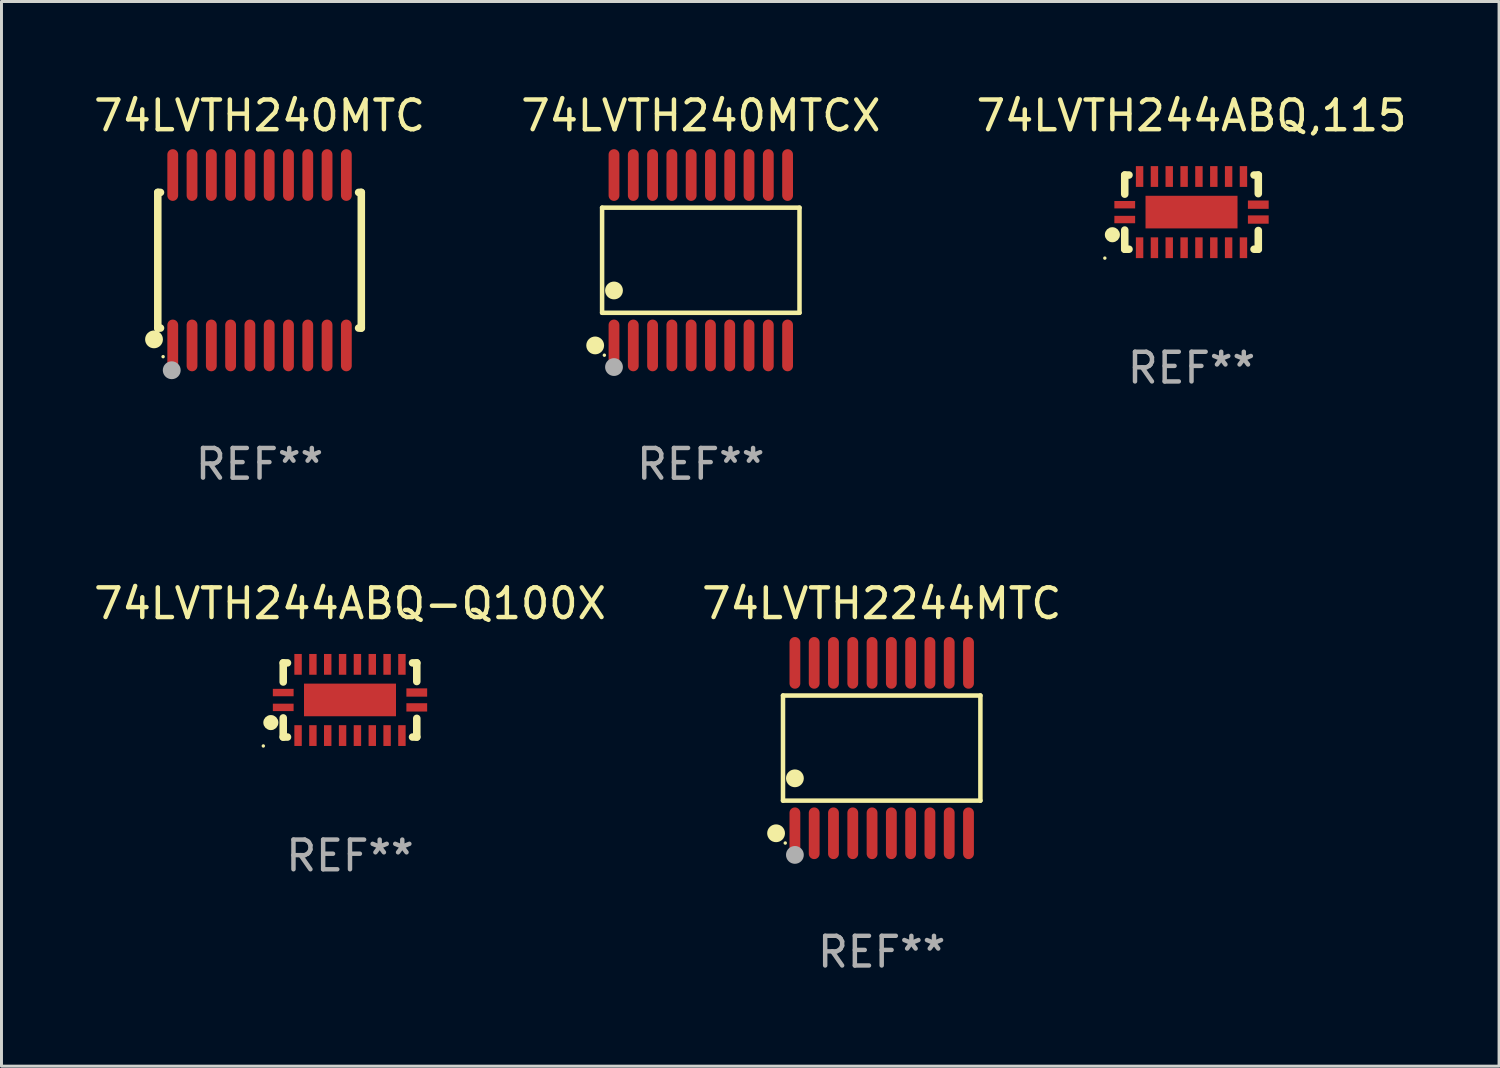
<source format=kicad_pcb>
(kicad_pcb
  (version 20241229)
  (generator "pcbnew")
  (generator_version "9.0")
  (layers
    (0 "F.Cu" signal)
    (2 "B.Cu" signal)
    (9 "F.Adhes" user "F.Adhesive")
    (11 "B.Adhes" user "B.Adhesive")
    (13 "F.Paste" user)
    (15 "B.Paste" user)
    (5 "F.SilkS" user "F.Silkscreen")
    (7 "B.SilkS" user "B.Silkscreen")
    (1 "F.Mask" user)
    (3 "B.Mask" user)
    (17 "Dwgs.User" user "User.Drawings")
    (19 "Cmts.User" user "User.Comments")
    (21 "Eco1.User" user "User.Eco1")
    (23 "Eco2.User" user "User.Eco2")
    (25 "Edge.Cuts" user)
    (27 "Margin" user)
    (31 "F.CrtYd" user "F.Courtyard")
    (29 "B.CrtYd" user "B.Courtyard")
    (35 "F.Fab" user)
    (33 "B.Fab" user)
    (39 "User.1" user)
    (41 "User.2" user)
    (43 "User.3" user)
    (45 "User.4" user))
  (footprint "74LVTH244ABQ-Q100X"
    (layer "F.Cu")
    (at 8.744 20.537)
    (property "Reference" "74LVTH244ABQ-Q100X" (at 0 -3.25 0) (layer "F.SilkS") (effects (font (size 1 1) (thickness 0.15))))
    (attr through_hole)
    (fp_line (start -2.25 0.605) (end -2.25 1.25) (stroke (width 0.254) (type solid)) (layer "F.SilkS"))
    (fp_line (start -2.25 1.25) (end -2.107 1.25) (stroke (width 0.254) (type solid)) (layer "F.SilkS"))
    (fp_line (start -2.25 -1.25) (end -2.25 -0.606) (stroke (width 0.254) (type solid)) (layer "F.SilkS"))
    (fp_line (start -2.25 -1.25) (end -2.107 -1.25) (stroke (width 0.254) (type solid)) (layer "F.SilkS"))
    (fp_line (start 2.107 -1.25) (end 2.25 -1.25) (stroke (width 0.254) (type solid)) (layer "F.SilkS"))
    (fp_line (start 2.107 1.25) (end 2.25 1.25) (stroke (width 0.254) (type solid)) (layer "F.SilkS"))
    (fp_line (start 2.25 -1.25) (end 2.25 -0.622) (stroke (width 0.254) (type solid)) (layer "F.SilkS"))
    (fp_line (start 2.25 0.62) (end 2.25 1.25) (stroke (width 0.254) (type solid)) (layer "F.SilkS"))
    (fp_circle (center -2.921 1.55) (end -2.891 1.55) (stroke (width 0.06) (type solid)) (fill no) (layer "F.SilkS"))
    (fp_circle (center -2.667 0.762) (end -2.54 0.762) (stroke (width 0.254) (type solid)) (fill no) (layer "F.SilkS"))
    (fp_text user "REF**" (at 0 5.25 0) (layer "F.Fab") (effects (font (size 1 1) (thickness 0.15))))
    (pad "1" smd rect (at -2.25 0.25 180) (size 0.7 0.25) (layers "F.Cu" "F.Mask" "F.Paste"))
    (pad "2" smd rect (at -1.75 1.2 90) (size 0.7 0.25) (layers "F.Cu" "F.Mask" "F.Paste"))
    (pad "3" smd rect (at -1.25 1.2 90) (size 0.7 0.25) (layers "F.Cu" "F.Mask" "F.Paste"))
    (pad "4" smd rect (at -0.751 1.2 90) (size 0.7 0.25) (layers "F.Cu" "F.Mask" "F.Paste"))
    (pad "5" smd rect (at -0.25 1.2 90) (size 0.7 0.25) (layers "F.Cu" "F.Mask" "F.Paste"))
    (pad "6" smd rect (at 0.25 1.2 90) (size 0.7 0.25) (layers "F.Cu" "F.Mask" "F.Paste"))
    (pad "7" smd rect (at 0.751 1.2 90) (size 0.7 0.25) (layers "F.Cu" "F.Mask" "F.Paste"))
    (pad "8" smd rect (at 1.25 1.2 90) (size 0.7 0.25) (layers "F.Cu" "F.Mask" "F.Paste"))
    (pad "9" smd rect (at 1.75 1.2 90) (size 0.7 0.25) (layers "F.Cu" "F.Mask" "F.Paste"))
    (pad "10" smd rect (at 2.25 0.25 180) (size 0.7 0.28) (layers "F.Cu" "F.Mask" "F.Paste"))
    (pad "11" smd rect (at 2.25 -0.251 180) (size 0.7 0.28) (layers "F.Cu" "F.Mask" "F.Paste"))
    (pad "12" smd rect (at 1.75 -1.2 90) (size 0.7 0.25) (layers "F.Cu" "F.Mask" "F.Paste"))
    (pad "13" smd rect (at 1.25 -1.2 90) (size 0.7 0.25) (layers "F.Cu" "F.Mask" "F.Paste"))
    (pad "14" smd rect (at 0.751 -1.2 90) (size 0.7 0.25) (layers "F.Cu" "F.Mask" "F.Paste"))
    (pad "15" smd rect (at 0.25 -1.2 90) (size 0.7 0.25) (layers "F.Cu" "F.Mask" "F.Paste"))
    (pad "16" smd rect (at -0.25 -1.2 90) (size 0.7 0.25) (layers "F.Cu" "F.Mask" "F.Paste"))
    (pad "17" smd rect (at -0.751 -1.2 90) (size 0.7 0.25) (layers "F.Cu" "F.Mask" "F.Paste"))
    (pad "18" smd rect (at -1.25 -1.2 90) (size 0.7 0.25) (layers "F.Cu" "F.Mask" "F.Paste"))
    (pad "19" smd rect (at -1.75 -1.2 90) (size 0.7 0.25) (layers "F.Cu" "F.Mask" "F.Paste"))
    (pad "20" smd rect (at -2.25 -0.25 180) (size 0.7 0.25) (layers "F.Cu" "F.Mask" "F.Paste"))
    (pad "21" smd rect (at 0 -0.001 180) (size 3.1 1.1) (layers "F.Cu" "F.Mask" "F.Paste")))
  (footprint "74LVTH2244MTC"
    (layer "F.Cu")
    (at 26.661 22.158)
    (property "Reference" "74LVTH2244MTC" (at 0 -4.871 0) (layer "F.SilkS") (effects (font (size 1 1) (thickness 0.15))))
    (attr through_hole)
    (fp_line (start -3.326 -1.771) (end 3.326 -1.771) (stroke (width 0.152) (type solid)) (layer "F.SilkS"))
    (fp_line (start -3.326 1.771) (end -3.326 -1.771) (stroke (width 0.152) (type solid)) (layer "F.SilkS"))
    (fp_line (start 3.326 -1.771) (end 3.326 1.771) (stroke (width 0.152) (type solid)) (layer "F.SilkS"))
    (fp_line (start 3.326 1.771) (end -3.326 1.771) (stroke (width 0.152) (type solid)) (layer "F.SilkS"))
    (fp_circle (center -3.559 2.871) (end -3.409 2.871) (stroke (width 0.3) (type solid)) (fill no) (layer "F.SilkS"))
    (fp_circle (center -3.25 3.2) (end -3.22 3.2) (stroke (width 0.06) (type solid)) (fill no) (layer "F.SilkS"))
    (fp_circle (center -2.925 1.019) (end -2.775 1.019) (stroke (width 0.3) (type solid)) (fill no) (layer "F.SilkS"))
    (fp_circle (center -2.925 3.6) (end -2.775 3.6) (stroke (width 0.3) (type solid)) (fill no) (layer "F.Fab"))
    (fp_text user "REF**" (at 0 6.871 0) (layer "F.Fab") (effects (font (size 1 1) (thickness 0.15))))
    (pad "1" smd oval (at -2.925 2.871) (size 0.364 1.742) (layers "F.Cu" "F.Mask" "F.Paste"))
    (pad "2" smd oval (at -2.275 2.871) (size 0.364 1.742) (layers "F.Cu" "F.Mask" "F.Paste"))
    (pad "3" smd oval (at -1.625 2.871) (size 0.364 1.742) (layers "F.Cu" "F.Mask" "F.Paste"))
    (pad "4" smd oval (at -0.975 2.871) (size 0.364 1.742) (layers "F.Cu" "F.Mask" "F.Paste"))
    (pad "5" smd oval (at -0.325 2.871) (size 0.364 1.742) (layers "F.Cu" "F.Mask" "F.Paste"))
    (pad "6" smd oval (at 0.325 2.871) (size 0.364 1.742) (layers "F.Cu" "F.Mask" "F.Paste"))
    (pad "7" smd oval (at 0.975 2.871) (size 0.364 1.742) (layers "F.Cu" "F.Mask" "F.Paste"))
    (pad "8" smd oval (at 1.625 2.871) (size 0.364 1.742) (layers "F.Cu" "F.Mask" "F.Paste"))
    (pad "9" smd oval (at 2.275 2.871) (size 0.364 1.742) (layers "F.Cu" "F.Mask" "F.Paste"))
    (pad "10" smd oval (at 2.925 2.871) (size 0.364 1.742) (layers "F.Cu" "F.Mask" "F.Paste"))
    (pad "11" smd oval (at 2.925 -2.871) (size 0.364 1.742) (layers "F.Cu" "F.Mask" "F.Paste"))
    (pad "12" smd oval (at 2.275 -2.871) (size 0.364 1.742) (layers "F.Cu" "F.Mask" "F.Paste"))
    (pad "13" smd oval (at 1.625 -2.871) (size 0.364 1.742) (layers "F.Cu" "F.Mask" "F.Paste"))
    (pad "14" smd oval (at 0.975 -2.871) (size 0.364 1.742) (layers "F.Cu" "F.Mask" "F.Paste"))
    (pad "15" smd oval (at 0.325 -2.871) (size 0.364 1.742) (layers "F.Cu" "F.Mask" "F.Paste"))
    (pad "16" smd oval (at -0.325 -2.871) (size 0.364 1.742) (layers "F.Cu" "F.Mask" "F.Paste"))
    (pad "17" smd oval (at -0.975 -2.871) (size 0.364 1.742) (layers "F.Cu" "F.Mask" "F.Paste"))
    (pad "18" smd oval (at -1.625 -2.871) (size 0.364 1.742) (layers "F.Cu" "F.Mask" "F.Paste"))
    (pad "19" smd oval (at -2.275 -2.871) (size 0.364 1.742) (layers "F.Cu" "F.Mask" "F.Paste"))
    (pad "20" smd oval (at -2.925 -2.871) (size 0.364 1.742) (layers "F.Cu" "F.Mask" "F.Paste")))
  (footprint "74LVTH240MTCX"
    (layer "F.Cu")
    (at 20.565 5.719)
    (property "Reference" "74LVTH240MTCX" (at 0 -4.871 0) (layer "F.SilkS") (effects (font (size 1 1) (thickness 0.15))))
    (attr through_hole)
    (fp_line (start -3.326 -1.771) (end 3.326 -1.771) (stroke (width 0.152) (type solid)) (layer "F.SilkS"))
    (fp_line (start -3.326 1.771) (end -3.326 -1.771) (stroke (width 0.152) (type solid)) (layer "F.SilkS"))
    (fp_line (start 3.326 -1.771) (end 3.326 1.771) (stroke (width 0.152) (type solid)) (layer "F.SilkS"))
    (fp_line (start 3.326 1.771) (end -3.326 1.771) (stroke (width 0.152) (type solid)) (layer "F.SilkS"))
    (fp_circle (center -3.559 2.871) (end -3.409 2.871) (stroke (width 0.3) (type solid)) (fill no) (layer "F.SilkS"))
    (fp_circle (center -3.25 3.2) (end -3.22 3.2) (stroke (width 0.06) (type solid)) (fill no) (layer "F.SilkS"))
    (fp_circle (center -2.925 1.019) (end -2.775 1.019) (stroke (width 0.3) (type solid)) (fill no) (layer "F.SilkS"))
    (fp_circle (center -2.925 3.6) (end -2.775 3.6) (stroke (width 0.3) (type solid)) (fill no) (layer "F.Fab"))
    (fp_text user "REF**" (at 0 6.871 0) (layer "F.Fab") (effects (font (size 1 1) (thickness 0.15))))
    (pad "1" smd oval (at -2.925 2.871) (size 0.364 1.742) (layers "F.Cu" "F.Mask" "F.Paste"))
    (pad "2" smd oval (at -2.275 2.871) (size 0.364 1.742) (layers "F.Cu" "F.Mask" "F.Paste"))
    (pad "3" smd oval (at -1.625 2.871) (size 0.364 1.742) (layers "F.Cu" "F.Mask" "F.Paste"))
    (pad "4" smd oval (at -0.975 2.871) (size 0.364 1.742) (layers "F.Cu" "F.Mask" "F.Paste"))
    (pad "5" smd oval (at -0.325 2.871) (size 0.364 1.742) (layers "F.Cu" "F.Mask" "F.Paste"))
    (pad "6" smd oval (at 0.325 2.871) (size 0.364 1.742) (layers "F.Cu" "F.Mask" "F.Paste"))
    (pad "7" smd oval (at 0.975 2.871) (size 0.364 1.742) (layers "F.Cu" "F.Mask" "F.Paste"))
    (pad "8" smd oval (at 1.625 2.871) (size 0.364 1.742) (layers "F.Cu" "F.Mask" "F.Paste"))
    (pad "9" smd oval (at 2.275 2.871) (size 0.364 1.742) (layers "F.Cu" "F.Mask" "F.Paste"))
    (pad "10" smd oval (at 2.925 2.871) (size 0.364 1.742) (layers "F.Cu" "F.Mask" "F.Paste"))
    (pad "11" smd oval (at 2.925 -2.871) (size 0.364 1.742) (layers "F.Cu" "F.Mask" "F.Paste"))
    (pad "12" smd oval (at 2.275 -2.871) (size 0.364 1.742) (layers "F.Cu" "F.Mask" "F.Paste"))
    (pad "13" smd oval (at 1.625 -2.871) (size 0.364 1.742) (layers "F.Cu" "F.Mask" "F.Paste"))
    (pad "14" smd oval (at 0.975 -2.871) (size 0.364 1.742) (layers "F.Cu" "F.Mask" "F.Paste"))
    (pad "15" smd oval (at 0.325 -2.871) (size 0.364 1.742) (layers "F.Cu" "F.Mask" "F.Paste"))
    (pad "16" smd oval (at -0.325 -2.871) (size 0.364 1.742) (layers "F.Cu" "F.Mask" "F.Paste"))
    (pad "17" smd oval (at -0.975 -2.871) (size 0.364 1.742) (layers "F.Cu" "F.Mask" "F.Paste"))
    (pad "18" smd oval (at -1.625 -2.871) (size 0.364 1.742) (layers "F.Cu" "F.Mask" "F.Paste"))
    (pad "19" smd oval (at -2.275 -2.871) (size 0.364 1.742) (layers "F.Cu" "F.Mask" "F.Paste"))
    (pad "20" smd oval (at -2.925 -2.871) (size 0.364 1.742) (layers "F.Cu" "F.Mask" "F.Paste")))
  (footprint "74LVTH244ABQ,115"
    (layer "F.Cu")
    (at 37.101 4.098)
    (property "Reference" "74LVTH244ABQ,115" (at 0 -3.25 0) (layer "F.SilkS") (effects (font (size 1 1) (thickness 0.15))))
    (attr through_hole)
    (fp_line (start -2.25 0.605) (end -2.25 1.25) (stroke (width 0.254) (type solid)) (layer "F.SilkS"))
    (fp_line (start -2.25 1.25) (end -2.107 1.25) (stroke (width 0.254) (type solid)) (layer "F.SilkS"))
    (fp_line (start -2.25 -1.25) (end -2.25 -0.606) (stroke (width 0.254) (type solid)) (layer "F.SilkS"))
    (fp_line (start -2.25 -1.25) (end -2.107 -1.25) (stroke (width 0.254) (type solid)) (layer "F.SilkS"))
    (fp_line (start 2.107 -1.25) (end 2.25 -1.25) (stroke (width 0.254) (type solid)) (layer "F.SilkS"))
    (fp_line (start 2.107 1.25) (end 2.25 1.25) (stroke (width 0.254) (type solid)) (layer "F.SilkS"))
    (fp_line (start 2.25 -1.25) (end 2.25 -0.622) (stroke (width 0.254) (type solid)) (layer "F.SilkS"))
    (fp_line (start 2.25 0.62) (end 2.25 1.25) (stroke (width 0.254) (type solid)) (layer "F.SilkS"))
    (fp_circle (center -2.921 1.55) (end -2.891 1.55) (stroke (width 0.06) (type solid)) (fill no) (layer "F.SilkS"))
    (fp_circle (center -2.667 0.762) (end -2.54 0.762) (stroke (width 0.254) (type solid)) (fill no) (layer "F.SilkS"))
    (fp_text user "REF**" (at 0 5.25 0) (layer "F.Fab") (effects (font (size 1 1) (thickness 0.15))))
    (pad "1" smd rect (at -2.25 0.25 180) (size 0.7 0.25) (layers "F.Cu" "F.Mask" "F.Paste"))
    (pad "2" smd rect (at -1.75 1.2 90) (size 0.7 0.25) (layers "F.Cu" "F.Mask" "F.Paste"))
    (pad "3" smd rect (at -1.25 1.2 90) (size 0.7 0.25) (layers "F.Cu" "F.Mask" "F.Paste"))
    (pad "4" smd rect (at -0.751 1.2 90) (size 0.7 0.25) (layers "F.Cu" "F.Mask" "F.Paste"))
    (pad "5" smd rect (at -0.25 1.2 90) (size 0.7 0.25) (layers "F.Cu" "F.Mask" "F.Paste"))
    (pad "6" smd rect (at 0.25 1.2 90) (size 0.7 0.25) (layers "F.Cu" "F.Mask" "F.Paste"))
    (pad "7" smd rect (at 0.751 1.2 90) (size 0.7 0.25) (layers "F.Cu" "F.Mask" "F.Paste"))
    (pad "8" smd rect (at 1.25 1.2 90) (size 0.7 0.25) (layers "F.Cu" "F.Mask" "F.Paste"))
    (pad "9" smd rect (at 1.75 1.2 90) (size 0.7 0.25) (layers "F.Cu" "F.Mask" "F.Paste"))
    (pad "10" smd rect (at 2.25 0.25 180) (size 0.7 0.28) (layers "F.Cu" "F.Mask" "F.Paste"))
    (pad "11" smd rect (at 2.25 -0.251 180) (size 0.7 0.28) (layers "F.Cu" "F.Mask" "F.Paste"))
    (pad "12" smd rect (at 1.75 -1.2 90) (size 0.7 0.25) (layers "F.Cu" "F.Mask" "F.Paste"))
    (pad "13" smd rect (at 1.25 -1.2 90) (size 0.7 0.25) (layers "F.Cu" "F.Mask" "F.Paste"))
    (pad "14" smd rect (at 0.751 -1.2 90) (size 0.7 0.25) (layers "F.Cu" "F.Mask" "F.Paste"))
    (pad "15" smd rect (at 0.25 -1.2 90) (size 0.7 0.25) (layers "F.Cu" "F.Mask" "F.Paste"))
    (pad "16" smd rect (at -0.25 -1.2 90) (size 0.7 0.25) (layers "F.Cu" "F.Mask" "F.Paste"))
    (pad "17" smd rect (at -0.751 -1.2 90) (size 0.7 0.25) (layers "F.Cu" "F.Mask" "F.Paste"))
    (pad "18" smd rect (at -1.25 -1.2 90) (size 0.7 0.25) (layers "F.Cu" "F.Mask" "F.Paste"))
    (pad "19" smd rect (at -1.75 -1.2 90) (size 0.7 0.25) (layers "F.Cu" "F.Mask" "F.Paste"))
    (pad "20" smd rect (at -2.25 -0.25 180) (size 0.7 0.25) (layers "F.Cu" "F.Mask" "F.Paste"))
    (pad "21" smd rect (at 0 -0.001 180) (size 3.1 1.1) (layers "F.Cu" "F.Mask" "F.Paste")))
  (footprint "74LVTH240MTC"
    (layer "F.Cu")
    (at 5.696 5.719)
    (property "Reference" "74LVTH240MTC" (at 0 -4.871 0) (layer "F.SilkS") (effects (font (size 1 1) (thickness 0.15))))
    (attr through_hole)
    (fp_line (start -3.429 -2.286) (end -3.429 2.286) (stroke (width 0.254) (type solid)) (layer "F.SilkS"))
    (fp_line (start -3.429 2.286) (end -3.338 2.286) (stroke (width 0.254) (type solid)) (layer "F.SilkS"))
    (fp_line (start -3.338 -2.286) (end -3.429 -2.286) (stroke (width 0.254) (type solid)) (layer "F.SilkS"))
    (fp_line (start 3.338 -2.286) (end 3.429 -2.286) (stroke (width 0.254) (type solid)) (layer "F.SilkS"))
    (fp_line (start 3.429 -2.286) (end 3.429 2.286) (stroke (width 0.254) (type solid)) (layer "F.SilkS"))
    (fp_line (start 3.429 2.286) (end 3.338 2.286) (stroke (width 0.254) (type solid)) (layer "F.SilkS"))
    (fp_circle (center -3.556 2.667) (end -3.406 2.667) (stroke (width 0.3) (type solid)) (fill no) (layer "F.SilkS"))
    (fp_circle (center -3.25 3.25) (end -3.22 3.25) (stroke (width 0.06) (type solid)) (fill no) (layer "F.SilkS"))
    (fp_circle (center -2.959 3.707) (end -2.808 3.707) (stroke (width 0.3) (type solid)) (fill no) (layer "F.Fab"))
    (fp_text user "REF**" (at 0 6.871 0) (layer "F.Fab") (effects (font (size 1 1) (thickness 0.15))))
    (pad "1" smd oval (at -2.925 2.871) (size 0.364 1.742) (layers "F.Cu" "F.Mask" "F.Paste"))
    (pad "2" smd oval (at -2.275 2.871) (size 0.364 1.742) (layers "F.Cu" "F.Mask" "F.Paste"))
    (pad "3" smd oval (at -1.625 2.871) (size 0.364 1.742) (layers "F.Cu" "F.Mask" "F.Paste"))
    (pad "4" smd oval (at -0.975 2.871) (size 0.364 1.742) (layers "F.Cu" "F.Mask" "F.Paste"))
    (pad "5" smd oval (at -0.325 2.871) (size 0.364 1.742) (layers "F.Cu" "F.Mask" "F.Paste"))
    (pad "6" smd oval (at 0.325 2.871) (size 0.364 1.742) (layers "F.Cu" "F.Mask" "F.Paste"))
    (pad "7" smd oval (at 0.975 2.871) (size 0.364 1.742) (layers "F.Cu" "F.Mask" "F.Paste"))
    (pad "8" smd oval (at 1.625 2.871) (size 0.364 1.742) (layers "F.Cu" "F.Mask" "F.Paste"))
    (pad "9" smd oval (at 2.275 2.871) (size 0.364 1.742) (layers "F.Cu" "F.Mask" "F.Paste"))
    (pad "10" smd oval (at 2.925 2.871) (size 0.364 1.742) (layers "F.Cu" "F.Mask" "F.Paste"))
    (pad "11" smd oval (at 2.925 -2.871) (size 0.364 1.742) (layers "F.Cu" "F.Mask" "F.Paste"))
    (pad "12" smd oval (at 2.275 -2.871) (size 0.364 1.742) (layers "F.Cu" "F.Mask" "F.Paste"))
    (pad "13" smd oval (at 1.625 -2.871) (size 0.364 1.742) (layers "F.Cu" "F.Mask" "F.Paste"))
    (pad "14" smd oval (at 0.975 -2.871) (size 0.364 1.742) (layers "F.Cu" "F.Mask" "F.Paste"))
    (pad "15" smd oval (at 0.325 -2.871) (size 0.364 1.742) (layers "F.Cu" "F.Mask" "F.Paste"))
    (pad "16" smd oval (at -0.325 -2.871) (size 0.364 1.742) (layers "F.Cu" "F.Mask" "F.Paste"))
    (pad "17" smd oval (at -0.975 -2.871) (size 0.364 1.742) (layers "F.Cu" "F.Mask" "F.Paste"))
    (pad "18" smd oval (at -1.625 -2.871) (size 0.364 1.742) (layers "F.Cu" "F.Mask" "F.Paste"))
    (pad "19" smd oval (at -2.275 -2.871) (size 0.364 1.742) (layers "F.Cu" "F.Mask" "F.Paste"))
    (pad "20" smd oval (at -2.925 -2.871) (size 0.364 1.742) (layers "F.Cu" "F.Mask" "F.Paste")))
  (gr_rect
    (start -3 -3)
    (end 47.464 32.877)
    (stroke (width 0.1) (type default))
    (fill no)
    (layer "Edge.Cuts")))
</source>
